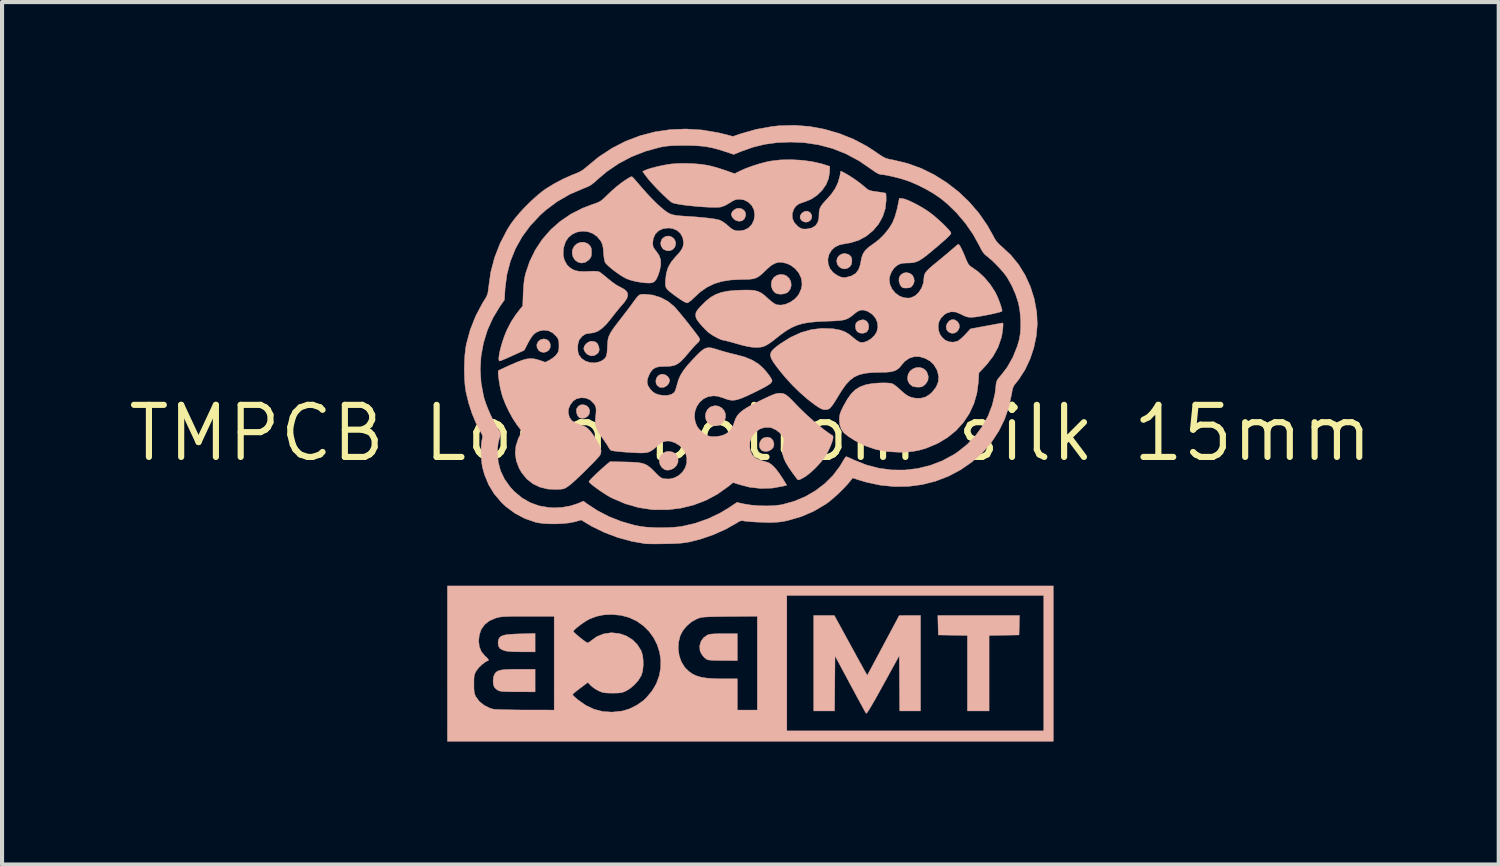
<source format=kicad_pcb>
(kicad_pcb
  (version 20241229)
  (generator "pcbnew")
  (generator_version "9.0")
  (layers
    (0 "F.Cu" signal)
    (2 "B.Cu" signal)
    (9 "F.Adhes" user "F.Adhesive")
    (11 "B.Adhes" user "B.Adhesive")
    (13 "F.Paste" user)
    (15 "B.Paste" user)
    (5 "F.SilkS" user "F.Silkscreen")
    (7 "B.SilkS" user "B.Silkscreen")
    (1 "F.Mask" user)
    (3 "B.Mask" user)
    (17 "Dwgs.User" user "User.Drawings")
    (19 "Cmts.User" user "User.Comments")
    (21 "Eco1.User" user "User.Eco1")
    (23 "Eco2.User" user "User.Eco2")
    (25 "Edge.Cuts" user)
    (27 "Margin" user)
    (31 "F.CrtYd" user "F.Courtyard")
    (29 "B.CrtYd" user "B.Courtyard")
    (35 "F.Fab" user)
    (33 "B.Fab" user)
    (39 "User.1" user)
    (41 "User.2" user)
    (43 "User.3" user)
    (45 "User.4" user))
  (footprint "TMPCB Logo bottom silk 15mm"
    (layer "F.Cu")
    (at 15.247 7.512)
    (property "Reference" "TMPCB Logo bottom silk 15mm" (at 0 0 0) (layer "F.SilkS") (effects (font (size 1.27 1.27) (thickness 0.15))))
    (attr through_hole)
    (fp_poly (pts (xy 6.557 4.683) (xy 6.551 4.921) (xy 6.186 4.927) (xy 5.821 4.933) (xy 5.821 6.773) (xy 5.292 6.773) (xy 5.292 4.933) (xy 4.937 4.927) (xy 4.583 4.921) (xy 4.571 4.445) (xy 6.563 4.445) (xy 6.557 4.683)) (stroke (width 0.01) (type solid)) (fill yes) (layer "B.SilkS"))
    (fp_poly (pts (xy -4.967 -2.284) (xy -4.911 -2.241) (xy -4.879 -2.174) (xy -4.879 -2.094) (xy -4.913 -2.027) (xy -4.971 -1.984) (xy -5.042 -1.968) (xy -5.113 -1.983) (xy -5.161 -2.017) (xy -5.202 -2.088) (xy -5.207 -2.163) (xy -5.176 -2.231) (xy -5.118 -2.278) (xy -5.039 -2.299) (xy -4.967 -2.284)) (stroke (width 0.01) (type solid)) (fill yes) (layer "B.SilkS"))
    (fp_poly (pts (xy 1.457 -5.379) (xy 1.46 -5.376) (xy 1.496 -5.316) (xy 1.497 -5.252) (xy 1.468 -5.195) (xy 1.414 -5.155) (xy 1.355 -5.144) (xy 1.293 -5.158) (xy 1.249 -5.186) (xy 1.212 -5.246) (xy 1.217 -5.308) (xy 1.258 -5.367) (xy 1.325 -5.409) (xy 1.394 -5.414) (xy 1.457 -5.379)) (stroke (width 0.01) (type solid)) (fill yes) (layer "B.SilkS"))
    (fp_poly (pts (xy 4.983 -2.764) (xy 5.049 -2.721) (xy 5.091 -2.656) (xy 5.098 -2.587) (xy 5.077 -2.524) (xy 5.034 -2.472) (xy 4.975 -2.44) (xy 4.906 -2.435) (xy 4.834 -2.465) (xy 4.833 -2.465) (xy 4.786 -2.522) (xy 4.773 -2.595) (xy 4.794 -2.667) (xy 4.848 -2.736) (xy 4.913 -2.769) (xy 4.983 -2.764)) (stroke (width 0.01) (type solid)) (fill yes) (layer "B.SilkS"))
    (fp_poly (pts (xy -4.002 -0.673) (xy -3.95 -0.629) (xy -3.919 -0.564) (xy -3.916 -0.529) (xy -3.934 -0.456) (xy -3.983 -0.399) (xy -4.05 -0.366) (xy -4.124 -0.363) (xy -4.174 -0.382) (xy -4.212 -0.425) (xy -4.237 -0.491) (xy -4.243 -0.562) (xy -4.235 -0.599) (xy -4.194 -0.659) (xy -4.134 -0.69) (xy -4.067 -0.694) (xy -4.002 -0.673)) (stroke (width 0.01) (type solid)) (fill yes) (layer "B.SilkS"))
    (fp_poly (pts (xy -2.073 -1.422) (xy -2.012 -1.379) (xy -1.975 -1.319) (xy -1.968 -1.283) (xy -1.988 -1.213) (xy -2.037 -1.157) (xy -2.104 -1.12) (xy -2.178 -1.112) (xy -2.216 -1.122) (xy -2.273 -1.164) (xy -2.302 -1.225) (xy -2.304 -1.293) (xy -2.281 -1.358) (xy -2.236 -1.409) (xy -2.172 -1.437) (xy -2.146 -1.439) (xy -2.073 -1.422)) (stroke (width 0.01) (type solid)) (fill yes) (layer "B.SilkS"))
    (fp_poly (pts (xy -1.924 -4.788) (xy -1.864 -4.743) (xy -1.827 -4.675) (xy -1.82 -4.625) (xy -1.838 -4.545) (xy -1.885 -4.485) (xy -1.951 -4.451) (xy -2.028 -4.446) (xy -2.104 -4.475) (xy -2.128 -4.493) (xy -2.175 -4.559) (xy -2.188 -4.637) (xy -2.165 -4.714) (xy -2.138 -4.751) (xy -2.071 -4.797) (xy -1.996 -4.808) (xy -1.924 -4.788)) (stroke (width 0.01) (type solid)) (fill yes) (layer "B.SilkS"))
    (fp_poly (pts (xy -3.782 -2.227) (xy -3.723 -2.177) (xy -3.692 -2.095) (xy -3.69 -2.081) (xy -3.686 -2.018) (xy -3.701 -1.975) (xy -3.732 -1.938) (xy -3.805 -1.892) (xy -3.886 -1.884) (xy -3.965 -1.915) (xy -4.002 -1.946) (xy -4.047 -2.006) (xy -4.064 -2.064) (xy -4.045 -2.129) (xy -3.996 -2.188) (xy -3.93 -2.23) (xy -3.867 -2.244) (xy -3.782 -2.227)) (stroke (width 0.01) (type solid)) (fill yes) (layer "B.SilkS"))
    (fp_poly (pts (xy -0.208 -5.469) (xy -0.152 -5.431) (xy -0.118 -5.373) (xy -0.115 -5.304) (xy -0.147 -5.224) (xy -0.204 -5.177) (xy -0.28 -5.167) (xy -0.352 -5.186) (xy -0.406 -5.224) (xy -0.448 -5.281) (xy -0.466 -5.339) (xy -0.466 -5.34) (xy -0.451 -5.38) (xy -0.417 -5.427) (xy -0.414 -5.43) (xy -0.348 -5.473) (xy -0.276 -5.484) (xy -0.208 -5.469)) (stroke (width 0.01) (type solid)) (fill yes) (layer "B.SilkS"))
    (fp_poly (pts (xy 0.499 0.12) (xy 0.551 0.177) (xy 0.575 0.262) (xy 0.576 0.277) (xy 0.559 0.345) (xy 0.512 0.399) (xy 0.445 0.435) (xy 0.37 0.447) (xy 0.297 0.432) (xy 0.27 0.415) (xy 0.23 0.361) (xy 0.218 0.291) (xy 0.233 0.218) (xy 0.271 0.154) (xy 0.33 0.112) (xy 0.335 0.11) (xy 0.425 0.097) (xy 0.499 0.12)) (stroke (width 0.01) (type solid)) (fill yes) (layer "B.SilkS"))
    (fp_poly (pts (xy 2.776 -2.761) (xy 2.835 -2.73) (xy 2.873 -2.673) (xy 2.887 -2.603) (xy 2.878 -2.533) (xy 2.842 -2.475) (xy 2.814 -2.455) (xy 2.743 -2.435) (xy 2.667 -2.442) (xy 2.606 -2.474) (xy 2.603 -2.477) (xy 2.571 -2.536) (xy 2.561 -2.612) (xy 2.574 -2.677) (xy 2.61 -2.72) (xy 2.672 -2.752) (xy 2.742 -2.765) (xy 2.776 -2.761)) (stroke (width 0.01) (type solid)) (fill yes) (layer "B.SilkS"))
    (fp_poly (pts (xy 2.385 -4.361) (xy 2.421 -4.338) (xy 2.459 -4.297) (xy 2.474 -4.245) (xy 2.476 -4.205) (xy 2.465 -4.12) (xy 2.428 -4.061) (xy 2.377 -4.025) (xy 2.304 -4.003) (xy 2.23 -4.018) (xy 2.199 -4.032) (xy 2.15 -4.074) (xy 2.118 -4.123) (xy 2.104 -4.204) (xy 2.123 -4.276) (xy 2.169 -4.333) (xy 2.233 -4.37) (xy 2.308 -4.381) (xy 2.385 -4.361)) (stroke (width 0.01) (type solid)) (fill yes) (layer "B.SilkS"))
    (fp_poly (pts (xy -0.779 -0.659) (xy -0.702 -0.618) (xy -0.643 -0.555) (xy -0.609 -0.475) (xy -0.606 -0.385) (xy -0.622 -0.331) (xy -0.676 -0.252) (xy -0.755 -0.2) (xy -0.848 -0.178) (xy -0.945 -0.191) (xy -0.967 -0.2) (xy -1.038 -0.252) (xy -1.082 -0.326) (xy -1.097 -0.411) (xy -1.085 -0.498) (xy -1.045 -0.576) (xy -0.978 -0.636) (xy -0.959 -0.646) (xy -0.867 -0.67) (xy -0.779 -0.659)) (stroke (width 0.01) (type solid)) (fill yes) (layer "B.SilkS"))
    (fp_poly (pts (xy 0.825 -3.86) (xy 0.884 -3.832) (xy 0.951 -3.769) (xy 0.988 -3.688) (xy 0.996 -3.599) (xy 0.973 -3.515) (xy 0.921 -3.445) (xy 0.889 -3.422) (xy 0.816 -3.396) (xy 0.731 -3.388) (xy 0.651 -3.4) (xy 0.6 -3.424) (xy 0.54 -3.495) (xy 0.511 -3.585) (xy 0.508 -3.639) (xy 0.527 -3.729) (xy 0.576 -3.801) (xy 0.648 -3.85) (xy 0.734 -3.871) (xy 0.825 -3.86)) (stroke (width 0.01) (type solid)) (fill yes) (layer "B.SilkS"))
    (fp_poly (pts (xy 3.888 -3.898) (xy 3.949 -3.852) (xy 3.986 -3.786) (xy 3.997 -3.71) (xy 3.977 -3.635) (xy 3.926 -3.568) (xy 3.918 -3.562) (xy 3.873 -3.545) (xy 3.807 -3.538) (xy 3.741 -3.541) (xy 3.709 -3.549) (xy 3.681 -3.574) (xy 3.651 -3.62) (xy 3.651 -3.62) (xy 3.622 -3.711) (xy 3.628 -3.794) (xy 3.666 -3.86) (xy 3.732 -3.903) (xy 3.807 -3.916) (xy 3.888 -3.898)) (stroke (width 0.01) (type solid)) (fill yes) (layer "B.SilkS"))
    (fp_poly (pts (xy -1.889 0.463) (xy -1.816 0.513) (xy -1.772 0.588) (xy -1.762 0.681) (xy -1.766 0.707) (xy -1.799 0.786) (xy -1.861 0.85) (xy -1.94 0.891) (xy -2.025 0.904) (xy -2.087 0.89) (xy -2.156 0.84) (xy -2.204 0.763) (xy -2.222 0.674) (xy -2.223 0.672) (xy -2.215 0.609) (xy -2.187 0.556) (xy -2.151 0.516) (xy -2.096 0.47) (xy -2.045 0.449) (xy -1.984 0.445) (xy -1.889 0.463)) (stroke (width 0.01) (type solid)) (fill yes) (layer "B.SilkS"))
    (fp_poly (pts (xy -5.249 5.334) (xy -5.583 5.333) (xy -5.753 5.33) (xy -5.881 5.323) (xy -5.967 5.311) (xy -5.996 5.304) (xy -6.055 5.279) (xy -6.101 5.254) (xy -6.106 5.25) (xy -6.137 5.201) (xy -6.152 5.131) (xy -6.148 5.058) (xy -6.141 5.033) (xy -6.119 4.991) (xy -6.086 4.959) (xy -6.036 4.935) (xy -5.965 4.918) (xy -5.866 4.906) (xy -5.734 4.898) (xy -5.614 4.894) (xy -5.249 4.884) (xy -5.249 5.334)) (stroke (width 0.01) (type solid)) (fill yes) (layer "B.SilkS"))
    (fp_poly (pts (xy -3.976 -4.627) (xy -3.935 -4.595) (xy -3.899 -4.552) (xy -3.88 -4.508) (xy -3.874 -4.446) (xy -3.873 -4.413) (xy -3.876 -4.34) (xy -3.889 -4.291) (xy -3.919 -4.249) (xy -3.945 -4.221) (xy -4.027 -4.164) (xy -4.117 -4.148) (xy -4.202 -4.169) (xy -4.274 -4.22) (xy -4.324 -4.297) (xy -4.346 -4.39) (xy -4.337 -4.475) (xy -4.295 -4.559) (xy -4.228 -4.62) (xy -4.146 -4.653) (xy -4.059 -4.656) (xy -3.976 -4.627)) (stroke (width 0.01) (type solid)) (fill yes) (layer "B.SilkS"))
    (fp_poly (pts (xy -0.318 5.546) (xy -0.661 5.544) (xy -0.781 5.543) (xy -0.888 5.54) (xy -0.974 5.535) (xy -1.031 5.529) (xy -1.048 5.525) (xy -1.114 5.48) (xy -1.175 5.41) (xy -1.219 5.33) (xy -1.229 5.299) (xy -1.235 5.184) (xy -1.204 5.077) (xy -1.14 4.987) (xy -1.05 4.924) (xy -1.012 4.91) (xy -0.959 4.9) (xy -0.886 4.894) (xy -0.785 4.89) (xy -0.649 4.889) (xy -0.318 4.889) (xy -0.318 5.546)) (stroke (width 0.01) (type solid)) (fill yes) (layer "B.SilkS"))
    (fp_poly (pts (xy 4.208 -1.58) (xy 4.276 -1.528) (xy 4.307 -1.482) (xy 4.339 -1.383) (xy 4.33 -1.29) (xy 4.279 -1.206) (xy 4.267 -1.194) (xy 4.215 -1.148) (xy 4.166 -1.127) (xy 4.098 -1.122) (xy 4.093 -1.122) (xy 4.022 -1.128) (xy 3.964 -1.14) (xy 3.948 -1.146) (xy 3.875 -1.208) (xy 3.837 -1.293) (xy 3.832 -1.35) (xy 3.849 -1.441) (xy 3.895 -1.514) (xy 3.963 -1.567) (xy 4.043 -1.598) (xy 4.128 -1.603) (xy 4.208 -1.58)) (stroke (width 0.01) (type solid)) (fill yes) (layer "B.SilkS"))
    (fp_poly (pts (xy -5.249 6.308) (xy -5.667 6.307) (xy -5.821 6.306) (xy -5.937 6.304) (xy -6.024 6.3) (xy -6.085 6.293) (xy -6.128 6.283) (xy -6.151 6.274) (xy -6.206 6.235) (xy -6.247 6.187) (xy -6.269 6.113) (xy -6.273 6.022) (xy -6.26 5.934) (xy -6.236 5.874) (xy -6.207 5.837) (xy -6.171 5.808) (xy -6.122 5.787) (xy -6.055 5.773) (xy -5.965 5.764) (xy -5.844 5.759) (xy -5.688 5.757) (xy -5.652 5.757) (xy -5.249 5.757) (xy -5.249 6.308)) (stroke (width 0.01) (type solid)) (fill yes) (layer "B.SilkS"))
    (fp_poly (pts (xy 2.414 5.117) (xy 2.5 5.274) (xy 2.58 5.421) (xy 2.653 5.554) (xy 2.716 5.668) (xy 2.766 5.758) (xy 2.8 5.82) (xy 2.816 5.848) (xy 2.851 5.906) (xy 3.241 5.176) (xy 3.63 4.447) (xy 3.889 4.446) (xy 4.149 4.445) (xy 4.149 6.773) (xy 3.641 6.773) (xy 3.636 6.099) (xy 3.63 5.425) (xy 3.236 6.142) (xy 3.127 6.339) (xy 3.037 6.501) (xy 2.963 6.628) (xy 2.906 6.723) (xy 2.865 6.788) (xy 2.837 6.824) (xy 2.823 6.833) (xy 2.821 6.832) (xy 2.807 6.808) (xy 2.775 6.75) (xy 2.728 6.664) (xy 2.668 6.554) (xy 2.597 6.424) (xy 2.519 6.278) (xy 2.434 6.121) (xy 2.432 6.117) (xy 2.064 5.429) (xy 2.053 6.773) (xy 1.545 6.773) (xy 1.545 4.445) (xy 2.046 4.445) (xy 2.414 5.117)) (stroke (width 0.01) (type solid)) (fill yes) (layer "B.SilkS"))
    (fp_poly (pts (xy 7.387 7.514) (xy -7.387 7.514) (xy -7.387 6.116) (xy -6.741 6.116) (xy -6.74 6.223) (xy -6.735 6.299) (xy -6.724 6.356) (xy -6.707 6.402) (xy -6.696 6.424) (xy -6.609 6.542) (xy -6.491 6.637) (xy -6.348 6.707) (xy -6.271 6.729) (xy -6.231 6.734) (xy -6.154 6.738) (xy -6.046 6.742) (xy -5.913 6.745) (xy -5.761 6.748) (xy -5.594 6.75) (xy -5.487 6.75) (xy -4.784 6.752) (xy -4.784 6.375) (xy -4.339 6.375) (xy -4.324 6.395) (xy -4.284 6.434) (xy -4.226 6.485) (xy -4.21 6.498) (xy -4.016 6.636) (xy -3.812 6.732) (xy -3.598 6.788) (xy -3.372 6.802) (xy -3.135 6.777) (xy -3.101 6.77) (xy -2.936 6.718) (xy -2.77 6.634) (xy -2.616 6.526) (xy -2.54 6.456) (xy -2.397 6.286) (xy -2.291 6.105) (xy -2.222 5.915) (xy -2.187 5.721) (xy -2.185 5.528) (xy -2.214 5.338) (xy -2.238 5.264) (xy -1.759 5.264) (xy -1.735 5.428) (xy -1.682 5.579) (xy -1.6 5.709) (xy -1.581 5.731) (xy -1.5 5.809) (xy -1.413 5.871) (xy -1.316 5.917) (xy -1.201 5.951) (xy -1.064 5.973) (xy -0.896 5.985) (xy -0.694 5.99) (xy -0.672 5.99) (xy -0.318 5.99) (xy -0.318 6.752) (xy 0.169 6.752) (xy 0.169 4.464) (xy -0.503 4.47) (xy -0.69 4.472) (xy -0.839 4.474) (xy -0.957 4.477) (xy -1.048 4.48) (xy -1.118 4.484) (xy -1.171 4.49) (xy -1.213 4.498) (xy -1.249 4.508) (xy -1.284 4.521) (xy -1.302 4.528) (xy -1.43 4.598) (xy -1.548 4.697) (xy -1.645 4.814) (xy -1.711 4.938) (xy -1.751 5.098) (xy -1.759 5.264) (xy -2.238 5.264) (xy -2.273 5.156) (xy -2.36 4.985) (xy -2.473 4.83) (xy -2.612 4.694) (xy -2.773 4.581) (xy -2.956 4.495) (xy -3.159 4.441) (xy -3.38 4.421) (xy -3.387 4.421) (xy -3.583 4.432) (xy -3.756 4.468) (xy -3.919 4.531) (xy -3.943 4.543) (xy -4.011 4.582) (xy -4.088 4.633) (xy -4.165 4.689) (xy -4.234 4.744) (xy -4.287 4.791) (xy -4.315 4.825) (xy -4.318 4.833) (xy -4.302 4.855) (xy -4.261 4.894) (xy -4.203 4.944) (xy -4.136 4.999) (xy -4.069 5.051) (xy -4.01 5.093) (xy -3.985 5.109) (xy -3.949 5.109) (xy -3.898 5.074) (xy -3.887 5.065) (xy -3.747 4.963) (xy -3.586 4.897) (xy -3.408 4.869) (xy -3.365 4.868) (xy -3.188 4.888) (xy -3.024 4.945) (xy -2.878 5.035) (xy -2.757 5.155) (xy -2.665 5.301) (xy -2.661 5.309) (xy -2.63 5.41) (xy -2.614 5.534) (xy -2.613 5.667) (xy -2.626 5.793) (xy -2.655 5.898) (xy -2.66 5.91) (xy -2.731 6.026) (xy -2.83 6.138) (xy -2.943 6.232) (xy -3.024 6.281) (xy -3.083 6.308) (xy -3.136 6.325) (xy -3.195 6.334) (xy -3.273 6.338) (xy -3.365 6.339) (xy -3.471 6.337) (xy -3.547 6.332) (xy -3.605 6.321) (xy -3.659 6.302) (xy -3.705 6.281) (xy -3.783 6.237) (xy -3.857 6.183) (xy -3.892 6.151) (xy -3.963 6.078) (xy -4.151 6.219) (xy -4.227 6.277) (xy -4.288 6.326) (xy -4.327 6.361) (xy -4.339 6.375) (xy -4.784 6.375) (xy -4.784 4.466) (xy -5.427 4.466) (xy -5.612 4.466) (xy -5.76 4.467) (xy -5.877 4.469) (xy -5.968 4.472) (xy -6.038 4.476) (xy -6.094 4.482) (xy -6.141 4.491) (xy -6.184 4.502) (xy -6.213 4.51) (xy -6.362 4.575) (xy -6.479 4.667) (xy -6.563 4.784) (xy -6.611 4.925) (xy -6.625 5.068) (xy -6.609 5.208) (xy -6.56 5.327) (xy -6.474 5.431) (xy -6.453 5.449) (xy -6.403 5.498) (xy -6.383 5.53) (xy -6.388 5.54) (xy -6.463 5.58) (xy -6.546 5.643) (xy -6.623 5.717) (xy -6.677 5.788) (xy -6.706 5.837) (xy -6.725 5.88) (xy -6.735 5.928) (xy -6.74 5.993) (xy -6.741 6.086) (xy -6.741 6.116) (xy -7.387 6.116) (xy -7.387 3.958) (xy 0.889 3.958) (xy 0.889 7.26) (xy 7.154 7.26) (xy 7.154 3.958) (xy 0.889 3.958) (xy -7.387 3.958) (xy -7.387 3.725) (xy 7.387 3.725) (xy 7.387 7.514)) (stroke (width 0.01) (type solid)) (fill yes) (layer "B.SilkS"))
    (fp_poly (pts (xy 1.447 -7.478) (xy 1.813 -7.41) (xy 2.171 -7.306) (xy 2.516 -7.168) (xy 2.841 -6.996) (xy 3.026 -6.876) (xy 3.127 -6.806) (xy 3.202 -6.757) (xy 3.261 -6.723) (xy 3.315 -6.699) (xy 3.373 -6.683) (xy 3.445 -6.668) (xy 3.503 -6.657) (xy 3.84 -6.575) (xy 4.17 -6.455) (xy 4.489 -6.297) (xy 4.792 -6.106) (xy 5.077 -5.885) (xy 5.338 -5.636) (xy 5.573 -5.362) (xy 5.778 -5.066) (xy 5.908 -4.834) (xy 5.961 -4.736) (xy 6.011 -4.663) (xy 6.068 -4.602) (xy 6.135 -4.544) (xy 6.352 -4.342) (xy 6.541 -4.11) (xy 6.7 -3.853) (xy 6.828 -3.573) (xy 6.922 -3.274) (xy 6.98 -2.962) (xy 6.984 -2.928) (xy 6.996 -2.65) (xy 6.971 -2.366) (xy 6.912 -2.084) (xy 6.821 -1.81) (xy 6.7 -1.552) (xy 6.551 -1.319) (xy 6.478 -1.226) (xy 6.434 -1.17) (xy 6.406 -1.117) (xy 6.387 -1.053) (xy 6.372 -0.962) (xy 6.305 -0.646) (xy 6.2 -0.341) (xy 6.058 -0.053) (xy 5.883 0.215) (xy 5.676 0.457) (xy 5.655 0.478) (xy 5.399 0.705) (xy 5.121 0.897) (xy 4.825 1.053) (xy 4.513 1.172) (xy 4.189 1.254) (xy 3.855 1.298) (xy 3.514 1.303) (xy 3.17 1.269) (xy 2.824 1.195) (xy 2.673 1.15) (xy 2.493 1.092) (xy 2.428 1.176) (xy 2.349 1.268) (xy 2.248 1.375) (xy 2.134 1.485) (xy 2.018 1.589) (xy 1.911 1.678) (xy 1.841 1.729) (xy 1.548 1.902) (xy 1.24 2.035) (xy 0.916 2.129) (xy 0.815 2.15) (xy 0.725 2.164) (xy 0.634 2.173) (xy 0.532 2.177) (xy 0.407 2.177) (xy 0.275 2.173) (xy 0.152 2.168) (xy 0.037 2.161) (xy -0.059 2.154) (xy -0.127 2.146) (xy -0.151 2.142) (xy -0.197 2.134) (xy -0.238 2.139) (xy -0.288 2.162) (xy -0.341 2.195) (xy -0.6 2.341) (xy -0.887 2.47) (xy -1.193 2.577) (xy -1.464 2.648) (xy -1.554 2.665) (xy -1.649 2.678) (xy -1.758 2.688) (xy -1.89 2.694) (xy -2.054 2.698) (xy -2.074 2.698) (xy -2.207 2.7) (xy -2.331 2.701) (xy -2.436 2.7) (xy -2.515 2.699) (xy -2.56 2.696) (xy -2.561 2.696) (xy -2.9 2.636) (xy -3.238 2.543) (xy -3.563 2.42) (xy -3.866 2.272) (xy -3.961 2.216) (xy -4.123 2.117) (xy -4.289 2.163) (xy -4.415 2.188) (xy -4.567 2.204) (xy -4.733 2.212) (xy -4.901 2.211) (xy -5.059 2.202) (xy -5.192 2.183) (xy -5.239 2.172) (xy -5.501 2.081) (xy -5.742 1.953) (xy -5.962 1.79) (xy -6.077 1.68) (xy -6.249 1.476) (xy -6.382 1.257) (xy -6.481 1.018) (xy -6.53 0.844) (xy -6.548 0.738) (xy -6.56 0.611) (xy -6.566 0.476) (xy -6.565 0.346) (xy -6.557 0.234) (xy -6.543 0.155) (xy -6.531 0.103) (xy -6.532 0.062) (xy -6.55 0.017) (xy -6.585 -0.046) (xy -6.692 -0.251) (xy -6.789 -0.486) (xy -6.871 -0.74) (xy -6.934 -1) (xy -6.935 -1.006) (xy -6.957 -1.154) (xy -6.97 -1.33) (xy -6.975 -1.524) (xy -6.975 -1.553) (xy -6.586 -1.553) (xy -6.566 -1.227) (xy -6.506 -0.906) (xy -6.485 -0.828) (xy -6.447 -0.716) (xy -6.395 -0.583) (xy -6.333 -0.442) (xy -6.267 -0.305) (xy -6.202 -0.183) (xy -6.145 -0.089) (xy -6.144 -0.088) (xy -6.081 0.005) (xy -6.123 0.135) (xy -6.151 0.249) (xy -6.165 0.383) (xy -6.167 0.466) (xy -6.149 0.698) (xy -6.092 0.916) (xy -5.995 1.12) (xy -5.858 1.312) (xy -5.758 1.421) (xy -5.573 1.576) (xy -5.371 1.693) (xy -5.152 1.772) (xy -4.914 1.813) (xy -4.767 1.82) (xy -4.577 1.808) (xy -4.386 1.773) (xy -4.213 1.718) (xy -4.179 1.704) (xy -4.071 1.657) (xy -3.988 1.719) (xy -3.733 1.887) (xy -3.449 2.034) (xy -3.147 2.153) (xy -2.837 2.242) (xy -2.667 2.276) (xy -2.54 2.291) (xy -2.384 2.301) (xy -2.211 2.305) (xy -2.035 2.303) (xy -1.869 2.295) (xy -1.725 2.281) (xy -1.671 2.273) (xy -1.352 2.2) (xy -1.037 2.09) (xy -0.737 1.948) (xy -0.506 1.808) (xy -0.328 1.688) (xy -0.159 1.725) (xy 0.011 1.753) (xy 0.201 1.769) (xy 0.397 1.774) (xy 0.584 1.767) (xy 0.748 1.747) (xy 0.783 1.74) (xy 1.068 1.661) (xy 1.338 1.548) (xy 1.588 1.403) (xy 1.815 1.23) (xy 2.015 1.031) (xy 2.182 0.81) (xy 2.249 0.698) (xy 2.286 0.635) (xy 2.317 0.589) (xy 2.335 0.572) (xy 2.335 0.572) (xy 2.36 0.58) (xy 2.415 0.603) (xy 2.487 0.636) (xy 2.525 0.654) (xy 2.826 0.774) (xy 3.136 0.855) (xy 3.45 0.897) (xy 3.766 0.899) (xy 4.078 0.862) (xy 4.384 0.787) (xy 4.68 0.674) (xy 4.961 0.522) (xy 5.052 0.462) (xy 5.282 0.279) (xy 5.485 0.068) (xy 5.657 -0.166) (xy 5.796 -0.419) (xy 5.899 -0.687) (xy 5.965 -0.966) (xy 5.983 -1.115) (xy 5.991 -1.2) (xy 6.003 -1.258) (xy 6.025 -1.304) (xy 6.061 -1.352) (xy 6.092 -1.386) (xy 6.261 -1.604) (xy 6.401 -1.851) (xy 6.509 -2.12) (xy 6.556 -2.281) (xy 6.581 -2.428) (xy 6.592 -2.601) (xy 6.589 -2.786) (xy 6.573 -2.97) (xy 6.544 -3.139) (xy 6.534 -3.181) (xy 6.468 -3.383) (xy 6.378 -3.589) (xy 6.273 -3.777) (xy 6.242 -3.825) (xy 6.178 -3.909) (xy 6.091 -4.009) (xy 5.993 -4.112) (xy 5.894 -4.209) (xy 5.804 -4.287) (xy 5.773 -4.311) (xy 5.72 -4.355) (xy 5.676 -4.405) (xy 5.634 -4.473) (xy 5.585 -4.568) (xy 5.579 -4.581) (xy 5.429 -4.851) (xy 5.246 -5.115) (xy 5.036 -5.364) (xy 4.808 -5.587) (xy 4.638 -5.726) (xy 4.477 -5.836) (xy 4.289 -5.946) (xy 4.091 -6.046) (xy 3.9 -6.13) (xy 3.83 -6.155) (xy 3.725 -6.189) (xy 3.606 -6.223) (xy 3.482 -6.254) (xy 3.365 -6.28) (xy 3.264 -6.299) (xy 3.191 -6.307) (xy 3.179 -6.308) (xy 3.124 -6.323) (xy 3.042 -6.37) (xy 2.956 -6.431) (xy 2.647 -6.642) (xy 2.33 -6.812) (xy 2.004 -6.941) (xy 1.666 -7.031) (xy 1.313 -7.083) (xy 0.984 -7.098) (xy 0.659 -7.085) (xy 0.356 -7.044) (xy 0.065 -6.973) (xy -0.225 -6.87) (xy -0.25 -6.86) (xy -0.404 -6.796) (xy -0.594 -6.859) (xy -0.767 -6.915) (xy -0.921 -6.955) (xy -1.068 -6.984) (xy -1.219 -7.002) (xy -1.387 -7.012) (xy -1.585 -7.015) (xy -1.598 -7.015) (xy -1.753 -7.014) (xy -1.876 -7.011) (xy -1.977 -7.005) (xy -2.064 -6.996) (xy -2.148 -6.982) (xy -2.216 -6.968) (xy -2.561 -6.873) (xy -2.893 -6.742) (xy -3.206 -6.578) (xy -3.495 -6.382) (xy -3.725 -6.188) (xy -3.807 -6.113) (xy -3.875 -6.06) (xy -3.941 -6.021) (xy -4.02 -5.987) (xy -4.07 -5.968) (xy -4.399 -5.827) (xy -4.707 -5.65) (xy -4.992 -5.437) (xy -5.128 -5.314) (xy -5.366 -5.061) (xy -5.566 -4.789) (xy -5.728 -4.499) (xy -5.851 -4.193) (xy -5.936 -3.871) (xy -5.98 -3.535) (xy -5.983 -3.493) (xy -5.997 -3.249) (xy -6.108 -3.09) (xy -6.278 -2.809) (xy -6.412 -2.511) (xy -6.508 -2.199) (xy -6.567 -1.878) (xy -6.586 -1.553) (xy -6.975 -1.553) (xy -6.972 -1.722) (xy -6.961 -1.911) (xy -6.942 -2.08) (xy -6.925 -2.174) (xy -6.83 -2.522) (xy -6.698 -2.856) (xy -6.532 -3.17) (xy -6.488 -3.24) (xy -6.442 -3.314) (xy -6.414 -3.376) (xy -6.397 -3.44) (xy -6.386 -3.525) (xy -6.383 -3.557) (xy -6.331 -3.925) (xy -6.237 -4.282) (xy -6.103 -4.627) (xy -5.93 -4.959) (xy -5.84 -5.103) (xy -5.747 -5.228) (xy -5.629 -5.368) (xy -5.494 -5.514) (xy -5.351 -5.656) (xy -5.207 -5.786) (xy -5.074 -5.896) (xy -4.993 -5.954) (xy -4.784 -6.082) (xy -4.567 -6.197) (xy -4.357 -6.291) (xy -4.282 -6.32) (xy -4.164 -6.37) (xy -4.067 -6.43) (xy -3.996 -6.49) (xy -3.695 -6.737) (xy -3.376 -6.947) (xy -3.041 -7.119) (xy -2.69 -7.252) (xy -2.327 -7.347) (xy -1.954 -7.402) (xy -1.571 -7.417) (xy -1.182 -7.393) (xy -0.788 -7.327) (xy -0.588 -7.279) (xy -0.425 -7.235) (xy -0.23 -7.302) (xy 0.14 -7.408) (xy 0.53 -7.478) (xy 0.714 -7.497) (xy 1.078 -7.507) (xy 1.447 -7.478)) (stroke (width 0.01) (type solid)) (fill yes) (layer "B.SilkS"))
    (fp_poly (pts (xy 1.245 -6.656) (xy 1.496 -6.623) (xy 1.727 -6.572) (xy 1.781 -6.555) (xy 1.937 -6.506) (xy 1.933 -6.374) (xy 1.908 -6.214) (xy 1.846 -6.062) (xy 1.75 -5.922) (xy 1.627 -5.801) (xy 1.48 -5.704) (xy 1.315 -5.637) (xy 1.293 -5.631) (xy 1.19 -5.594) (xy 1.118 -5.544) (xy 1.064 -5.472) (xy 1.055 -5.454) (xy 1.02 -5.345) (xy 1.026 -5.236) (xy 1.071 -5.135) (xy 1.154 -5.045) (xy 1.187 -5.02) (xy 1.241 -4.99) (xy 1.296 -4.977) (xy 1.373 -4.978) (xy 1.377 -4.979) (xy 1.496 -5.003) (xy 1.586 -5.057) (xy 1.644 -5.14) (xy 1.671 -5.249) (xy 1.672 -5.287) (xy 1.675 -5.384) (xy 1.688 -5.46) (xy 1.716 -5.525) (xy 1.764 -5.593) (xy 1.838 -5.675) (xy 1.85 -5.687) (xy 1.978 -5.833) (xy 2.073 -5.973) (xy 2.139 -6.115) (xy 2.182 -6.269) (xy 2.19 -6.313) (xy 2.203 -6.392) (xy 2.292 -6.347) (xy 2.394 -6.289) (xy 2.512 -6.213) (xy 2.632 -6.128) (xy 2.739 -6.045) (xy 2.783 -6.007) (xy 2.835 -5.962) (xy 2.878 -5.933) (xy 2.925 -5.914) (xy 2.987 -5.901) (xy 3.079 -5.888) (xy 3.09 -5.886) (xy 3.177 -5.874) (xy 3.248 -5.863) (xy 3.292 -5.853) (xy 3.301 -5.85) (xy 3.307 -5.824) (xy 3.31 -5.768) (xy 3.311 -5.692) (xy 3.311 -5.676) (xy 3.289 -5.473) (xy 3.226 -5.279) (xy 3.125 -5.098) (xy 2.993 -4.941) (xy 2.827 -4.804) (xy 2.643 -4.704) (xy 2.439 -4.641) (xy 2.323 -4.623) (xy 2.175 -4.592) (xy 2.059 -4.536) (xy 1.984 -4.468) (xy 1.918 -4.36) (xy 1.89 -4.244) (xy 1.897 -4.127) (xy 1.939 -4.016) (xy 2.014 -3.92) (xy 2.119 -3.845) (xy 2.128 -3.841) (xy 2.205 -3.807) (xy 2.265 -3.794) (xy 2.326 -3.797) (xy 2.333 -3.798) (xy 2.466 -3.834) (xy 2.567 -3.895) (xy 2.637 -3.985) (xy 2.68 -4.106) (xy 2.69 -4.159) (xy 2.712 -4.278) (xy 2.747 -4.374) (xy 2.801 -4.454) (xy 2.879 -4.53) (xy 2.989 -4.609) (xy 3.01 -4.623) (xy 3.141 -4.725) (xy 3.27 -4.854) (xy 3.382 -4.995) (xy 3.464 -5.128) (xy 3.523 -5.271) (xy 3.572 -5.441) (xy 3.586 -5.503) (xy 3.632 -5.726) (xy 3.704 -5.722) (xy 3.765 -5.708) (xy 3.853 -5.675) (xy 3.959 -5.626) (xy 4.075 -5.566) (xy 4.194 -5.499) (xy 4.306 -5.428) (xy 4.385 -5.373) (xy 4.468 -5.308) (xy 4.56 -5.229) (xy 4.653 -5.145) (xy 4.74 -5.061) (xy 4.814 -4.984) (xy 4.867 -4.923) (xy 4.889 -4.891) (xy 4.892 -4.875) (xy 4.883 -4.853) (xy 4.859 -4.823) (xy 4.816 -4.78) (xy 4.752 -4.72) (xy 4.662 -4.641) (xy 4.543 -4.538) (xy 4.534 -4.532) (xy 4.399 -4.417) (xy 4.289 -4.328) (xy 4.199 -4.261) (xy 4.123 -4.213) (xy 4.054 -4.181) (xy 3.988 -4.161) (xy 3.918 -4.152) (xy 3.838 -4.149) (xy 3.813 -4.149) (xy 3.72 -4.144) (xy 3.649 -4.127) (xy 3.586 -4.096) (xy 3.506 -4.027) (xy 3.44 -3.932) (xy 3.398 -3.823) (xy 3.387 -3.737) (xy 3.407 -3.617) (xy 3.459 -3.507) (xy 3.537 -3.415) (xy 3.635 -3.344) (xy 3.745 -3.302) (xy 3.86 -3.293) (xy 3.92 -3.303) (xy 4.02 -3.351) (xy 4.106 -3.432) (xy 4.174 -3.538) (xy 4.219 -3.661) (xy 4.233 -3.787) (xy 4.239 -3.843) (xy 4.259 -3.895) (xy 4.299 -3.951) (xy 4.362 -4.015) (xy 4.453 -4.094) (xy 4.498 -4.13) (xy 4.665 -4.267) (xy 4.84 -4.414) (xy 5.005 -4.556) (xy 5.031 -4.579) (xy 5.062 -4.603) (xy 5.083 -4.602) (xy 5.106 -4.572) (xy 5.121 -4.548) (xy 5.148 -4.496) (xy 5.184 -4.419) (xy 5.223 -4.328) (xy 5.24 -4.286) (xy 5.279 -4.193) (xy 5.311 -4.13) (xy 5.342 -4.089) (xy 5.378 -4.06) (xy 5.394 -4.05) (xy 5.552 -3.939) (xy 5.706 -3.796) (xy 5.846 -3.63) (xy 5.964 -3.45) (xy 5.975 -3.429) (xy 6.013 -3.352) (xy 6.052 -3.26) (xy 6.088 -3.164) (xy 6.117 -3.075) (xy 6.135 -3.006) (xy 6.138 -2.977) (xy 6.118 -2.964) (xy 6.061 -2.946) (xy 5.971 -2.924) (xy 5.853 -2.898) (xy 5.77 -2.881) (xy 5.619 -2.853) (xy 5.502 -2.834) (xy 5.41 -2.825) (xy 5.337 -2.826) (xy 5.274 -2.838) (xy 5.214 -2.86) (xy 5.148 -2.893) (xy 5.129 -2.904) (xy 5.008 -2.953) (xy 4.893 -2.96) (xy 4.784 -2.925) (xy 4.729 -2.889) (xy 4.646 -2.805) (xy 4.597 -2.709) (xy 4.579 -2.608) (xy 4.588 -2.507) (xy 4.622 -2.412) (xy 4.678 -2.331) (xy 4.752 -2.267) (xy 4.843 -2.228) (xy 4.947 -2.219) (xy 5.048 -2.242) (xy 5.091 -2.268) (xy 5.151 -2.318) (xy 5.217 -2.381) (xy 5.239 -2.404) (xy 5.367 -2.543) (xy 5.757 -2.616) (xy 5.88 -2.638) (xy 5.987 -2.658) (xy 6.073 -2.674) (xy 6.131 -2.684) (xy 6.153 -2.688) (xy 6.153 -2.688) (xy 6.161 -2.669) (xy 6.161 -2.618) (xy 6.156 -2.547) (xy 6.145 -2.463) (xy 6.131 -2.379) (xy 6.117 -2.319) (xy 6.039 -2.094) (xy 5.92 -1.878) (xy 5.766 -1.677) (xy 5.734 -1.642) (xy 5.573 -1.471) (xy 5.56 -1.249) (xy 5.524 -0.976) (xy 5.45 -0.718) (xy 5.339 -0.479) (xy 5.194 -0.26) (xy 5.017 -0.065) (xy 4.809 0.105) (xy 4.573 0.247) (xy 4.309 0.359) (xy 4.255 0.377) (xy 4.106 0.419) (xy 3.963 0.446) (xy 3.808 0.461) (xy 3.628 0.465) (xy 3.621 0.465) (xy 3.333 0.449) (xy 3.066 0.399) (xy 2.811 0.313) (xy 2.562 0.189) (xy 2.385 0.077) (xy 2.282 -0.007) (xy 2.216 -0.096) (xy 2.181 -0.201) (xy 2.17 -0.32) (xy 2.172 -0.388) (xy 2.18 -0.445) (xy 2.197 -0.503) (xy 2.228 -0.575) (xy 2.272 -0.664) (xy 2.366 -0.831) (xy 2.46 -0.961) (xy 2.56 -1.059) (xy 2.673 -1.129) (xy 2.803 -1.177) (xy 2.894 -1.197) (xy 3.01 -1.213) (xy 3.133 -1.223) (xy 3.253 -1.226) (xy 3.358 -1.223) (xy 3.438 -1.213) (xy 3.464 -1.205) (xy 3.507 -1.18) (xy 3.568 -1.134) (xy 3.636 -1.075) (xy 3.651 -1.06) (xy 3.75 -0.972) (xy 3.835 -0.912) (xy 3.917 -0.875) (xy 4.006 -0.856) (xy 4.029 -0.853) (xy 4.164 -0.853) (xy 4.279 -0.885) (xy 4.384 -0.954) (xy 4.435 -1.002) (xy 4.529 -1.123) (xy 4.581 -1.249) (xy 4.592 -1.38) (xy 4.56 -1.515) (xy 4.543 -1.556) (xy 4.473 -1.671) (xy 4.381 -1.758) (xy 4.265 -1.823) (xy 4.127 -1.865) (xy 3.994 -1.865) (xy 3.871 -1.826) (xy 3.76 -1.747) (xy 3.694 -1.67) (xy 3.638 -1.601) (xy 3.578 -1.55) (xy 3.506 -1.516) (xy 3.415 -1.495) (xy 3.298 -1.484) (xy 3.159 -1.482) (xy 2.958 -1.477) (xy 2.791 -1.459) (xy 2.652 -1.424) (xy 2.533 -1.37) (xy 2.428 -1.29) (xy 2.328 -1.183) (xy 2.229 -1.043) (xy 2.155 -0.924) (xy 2.08 -0.801) (xy 2.022 -0.71) (xy 1.975 -0.647) (xy 1.935 -0.606) (xy 1.898 -0.583) (xy 1.859 -0.573) (xy 1.824 -0.572) (xy 1.779 -0.576) (xy 1.73 -0.593) (xy 1.67 -0.626) (xy 1.589 -0.68) (xy 1.555 -0.704) (xy 1.387 -0.834) (xy 1.208 -0.992) (xy 1.029 -1.167) (xy 0.86 -1.35) (xy 0.744 -1.489) (xy 0.64 -1.622) (xy 0.562 -1.73) (xy 0.512 -1.816) (xy 0.489 -1.887) (xy 0.493 -1.948) (xy 0.524 -2.006) (xy 0.581 -2.065) (xy 0.665 -2.132) (xy 0.725 -2.176) (xy 0.976 -2.334) (xy 1.229 -2.451) (xy 1.486 -2.525) (xy 1.745 -2.556) (xy 2.007 -2.546) (xy 2.04 -2.542) (xy 2.183 -2.515) (xy 2.3 -2.474) (xy 2.403 -2.414) (xy 2.503 -2.333) (xy 2.57 -2.278) (xy 2.634 -2.236) (xy 2.682 -2.213) (xy 2.684 -2.213) (xy 2.765 -2.214) (xy 2.855 -2.247) (xy 2.944 -2.303) (xy 3.022 -2.377) (xy 3.078 -2.461) (xy 3.082 -2.471) (xy 3.109 -2.583) (xy 3.098 -2.697) (xy 3.053 -2.803) (xy 2.976 -2.895) (xy 2.872 -2.964) (xy 2.853 -2.973) (xy 2.762 -3.001) (xy 2.685 -3) (xy 2.61 -2.966) (xy 2.548 -2.92) (xy 2.48 -2.864) (xy 2.421 -2.821) (xy 2.365 -2.79) (xy 2.304 -2.767) (xy 2.231 -2.752) (xy 2.139 -2.742) (xy 2.019 -2.735) (xy 1.866 -2.73) (xy 1.841 -2.729) (xy 1.624 -2.718) (xy 1.441 -2.701) (xy 1.284 -2.674) (xy 1.145 -2.634) (xy 1.016 -2.579) (xy 0.889 -2.507) (xy 0.757 -2.414) (xy 0.659 -2.338) (xy 0.545 -2.248) (xy 0.453 -2.182) (xy 0.378 -2.137) (xy 0.31 -2.109) (xy 0.242 -2.095) (xy 0.166 -2.09) (xy 0.127 -2.09) (xy 0.032 -2.097) (xy -0.075 -2.115) (xy -0.204 -2.145) (xy -0.325 -2.179) (xy -0.433 -2.21) (xy -0.528 -2.236) (xy -0.601 -2.254) (xy -0.646 -2.264) (xy -0.653 -2.265) (xy -0.703 -2.276) (xy -0.775 -2.307) (xy -0.858 -2.35) (xy -0.941 -2.399) (xy -1.013 -2.45) (xy -1.034 -2.467) (xy -1.096 -2.526) (xy -1.168 -2.601) (xy -1.23 -2.672) (xy -1.286 -2.743) (xy -1.318 -2.797) (xy -1.332 -2.845) (xy -1.333 -2.879) (xy -1.33 -2.924) (xy -1.315 -2.964) (xy -1.283 -3.011) (xy -1.228 -3.074) (xy -1.205 -3.099) (xy -1.084 -3.219) (xy -0.968 -3.312) (xy -0.848 -3.381) (xy -0.716 -3.43) (xy -0.564 -3.462) (xy -0.383 -3.481) (xy -0.274 -3.486) (xy -0.115 -3.49) (xy 0.01 -3.488) (xy 0.11 -3.477) (xy 0.192 -3.454) (xy 0.265 -3.418) (xy 0.337 -3.366) (xy 0.416 -3.295) (xy 0.424 -3.288) (xy 0.505 -3.217) (xy 0.579 -3.163) (xy 0.636 -3.133) (xy 0.642 -3.131) (xy 0.748 -3.122) (xy 0.863 -3.145) (xy 0.977 -3.196) (xy 1.081 -3.268) (xy 1.163 -3.358) (xy 1.188 -3.399) (xy 1.24 -3.516) (xy 1.26 -3.621) (xy 1.251 -3.73) (xy 1.238 -3.785) (xy 1.182 -3.904) (xy 1.094 -4.011) (xy 0.983 -4.094) (xy 0.899 -4.133) (xy 0.789 -4.163) (xy 0.692 -4.167) (xy 0.6 -4.142) (xy 0.505 -4.087) (xy 0.401 -3.998) (xy 0.36 -3.958) (xy 0.279 -3.879) (xy 0.208 -3.823) (xy 0.139 -3.785) (xy 0.061 -3.762) (xy -0.036 -3.751) (xy -0.161 -3.747) (xy -0.218 -3.747) (xy -0.468 -3.736) (xy -0.688 -3.702) (xy -0.884 -3.643) (xy -1.062 -3.555) (xy -1.228 -3.438) (xy -1.369 -3.308) (xy -1.443 -3.238) (xy -1.503 -3.193) (xy -1.543 -3.175) (xy -1.545 -3.175) (xy -1.582 -3.188) (xy -1.643 -3.221) (xy -1.72 -3.27) (xy -1.804 -3.328) (xy -1.887 -3.389) (xy -1.961 -3.447) (xy -2.016 -3.496) (xy -2.042 -3.526) (xy -2.062 -3.566) (xy -2.071 -3.615) (xy -2.072 -3.687) (xy -2.069 -3.744) (xy -2.048 -3.905) (xy -2.005 -4.042) (xy -1.934 -4.167) (xy -1.83 -4.295) (xy -1.819 -4.306) (xy -1.736 -4.397) (xy -1.681 -4.471) (xy -1.648 -4.535) (xy -1.633 -4.599) (xy -1.63 -4.651) (xy -1.649 -4.768) (xy -1.703 -4.867) (xy -1.786 -4.943) (xy -1.893 -4.989) (xy -2 -5.003) (xy -2.131 -4.985) (xy -2.238 -4.935) (xy -2.317 -4.856) (xy -2.366 -4.752) (xy -2.38 -4.648) (xy -2.377 -4.575) (xy -2.36 -4.522) (xy -2.321 -4.468) (xy -2.31 -4.455) (xy -2.232 -4.347) (xy -2.19 -4.236) (xy -2.183 -4.116) (xy -2.209 -3.976) (xy -2.214 -3.957) (xy -2.256 -3.833) (xy -2.298 -3.747) (xy -2.344 -3.693) (xy -2.395 -3.667) (xy -2.467 -3.66) (xy -2.567 -3.664) (xy -2.683 -3.679) (xy -2.804 -3.701) (xy -2.917 -3.73) (xy -3.011 -3.763) (xy -3.024 -3.769) (xy -3.104 -3.812) (xy -3.197 -3.871) (xy -3.293 -3.939) (xy -3.385 -4.01) (xy -3.463 -4.077) (xy -3.52 -4.134) (xy -3.543 -4.166) (xy -3.557 -4.213) (xy -3.57 -4.289) (xy -3.58 -4.378) (xy -3.581 -4.405) (xy -3.589 -4.505) (xy -3.602 -4.578) (xy -3.623 -4.638) (xy -3.648 -4.686) (xy -3.734 -4.792) (xy -3.843 -4.869) (xy -3.968 -4.914) (xy -4.101 -4.925) (xy -4.234 -4.901) (xy -4.344 -4.849) (xy -4.441 -4.768) (xy -4.508 -4.665) (xy -4.55 -4.533) (xy -4.556 -4.503) (xy -4.564 -4.353) (xy -4.536 -4.22) (xy -4.472 -4.106) (xy -4.425 -4.057) (xy -4.351 -4.001) (xy -4.269 -3.964) (xy -4.17 -3.945) (xy -4.046 -3.941) (xy -3.954 -3.945) (xy -3.857 -3.949) (xy -3.772 -3.948) (xy -3.712 -3.942) (xy -3.696 -3.938) (xy -3.658 -3.916) (xy -3.599 -3.872) (xy -3.527 -3.814) (xy -3.476 -3.77) (xy -3.364 -3.68) (xy -3.252 -3.604) (xy -3.168 -3.559) (xy -3.068 -3.503) (xy -3.008 -3.443) (xy -2.988 -3.374) (xy -3.006 -3.296) (xy -3.064 -3.203) (xy -3.12 -3.137) (xy -3.179 -3.07) (xy -3.252 -2.981) (xy -3.33 -2.883) (xy -3.391 -2.804) (xy -3.505 -2.664) (xy -3.611 -2.56) (xy -3.713 -2.489) (xy -3.816 -2.449) (xy -3.927 -2.434) (xy -3.939 -2.434) (xy -4.024 -2.415) (xy -4.104 -2.362) (xy -4.167 -2.284) (xy -4.183 -2.251) (xy -4.205 -2.167) (xy -4.211 -2.068) (xy -4.202 -1.973) (xy -4.18 -1.905) (xy -4.114 -1.819) (xy -4.02 -1.757) (xy -3.909 -1.721) (xy -3.792 -1.714) (xy -3.678 -1.74) (xy -3.645 -1.755) (xy -3.582 -1.792) (xy -3.539 -1.832) (xy -3.511 -1.886) (xy -3.496 -1.961) (xy -3.488 -2.068) (xy -3.486 -2.107) (xy -3.482 -2.198) (xy -3.474 -2.273) (xy -3.458 -2.341) (xy -3.43 -2.407) (xy -3.389 -2.48) (xy -3.33 -2.567) (xy -3.25 -2.674) (xy -3.179 -2.765) (xy -3.101 -2.866) (xy -3.025 -2.965) (xy -2.958 -3.053) (xy -2.908 -3.12) (xy -2.894 -3.139) (xy -2.825 -3.235) (xy -2.774 -3.302) (xy -2.735 -3.346) (xy -2.701 -3.372) (xy -2.665 -3.383) (xy -2.621 -3.387) (xy -2.562 -3.387) (xy -2.373 -3.366) (xy -2.188 -3.308) (xy -2.015 -3.217) (xy -1.865 -3.096) (xy -1.807 -3.033) (xy -1.707 -2.914) (xy -1.608 -2.793) (xy -1.513 -2.674) (xy -1.427 -2.564) (xy -1.352 -2.467) (xy -1.292 -2.387) (xy -1.253 -2.331) (xy -1.237 -2.303) (xy -1.235 -2.266) (xy -1.259 -2.228) (xy -1.296 -2.192) (xy -1.34 -2.148) (xy -1.402 -2.082) (xy -1.471 -2.002) (xy -1.52 -1.944) (xy -1.618 -1.83) (xy -1.7 -1.746) (xy -1.775 -1.689) (xy -1.851 -1.653) (xy -1.937 -1.634) (xy -2.04 -1.628) (xy -2.086 -1.628) (xy -2.21 -1.623) (xy -2.302 -1.603) (xy -2.371 -1.563) (xy -2.426 -1.5) (xy -2.461 -1.439) (xy -2.506 -1.331) (xy -2.518 -1.24) (xy -2.496 -1.157) (xy -2.443 -1.076) (xy -2.378 -1.007) (xy -2.311 -0.963) (xy -2.229 -0.936) (xy -2.136 -0.921) (xy -2.023 -0.92) (xy -1.929 -0.944) (xy -1.861 -0.989) (xy -1.84 -1.018) (xy -1.822 -1.065) (xy -1.8 -1.135) (xy -1.785 -1.192) (xy -1.752 -1.304) (xy -1.704 -1.411) (xy -1.637 -1.52) (xy -1.547 -1.638) (xy -1.427 -1.772) (xy -1.393 -1.808) (xy -1.29 -1.915) (xy -1.208 -1.994) (xy -1.139 -2.047) (xy -1.076 -2.076) (xy -1.013 -2.085) (xy -0.941 -2.077) (xy -0.853 -2.053) (xy -0.786 -2.032) (xy -0.672 -1.997) (xy -0.539 -1.96) (xy -0.407 -1.927) (xy -0.349 -1.914) (xy -0.135 -1.856) (xy 0.044 -1.782) (xy 0.192 -1.691) (xy 0.295 -1.601) (xy 0.372 -1.518) (xy 0.439 -1.435) (xy 0.491 -1.361) (xy 0.523 -1.303) (xy 0.529 -1.277) (xy 0.521 -1.249) (xy 0.495 -1.217) (xy 0.446 -1.18) (xy 0.37 -1.134) (xy 0.265 -1.078) (xy 0.126 -1.008) (xy 0.073 -0.982) (xy -0.08 -0.91) (xy -0.203 -0.857) (xy -0.303 -0.822) (xy -0.386 -0.804) (xy -0.461 -0.802) (xy -0.534 -0.814) (xy -0.612 -0.839) (xy -0.656 -0.857) (xy -0.797 -0.9) (xy -0.896 -0.91) (xy -1.027 -0.891) (xy -1.141 -0.838) (xy -1.235 -0.757) (xy -1.306 -0.654) (xy -1.35 -0.535) (xy -1.363 -0.406) (xy -1.344 -0.274) (xy -1.303 -0.172) (xy -1.259 -0.11) (xy -1.195 -0.042) (xy -1.124 0.018) (xy -1.061 0.058) (xy -1.052 0.062) (xy -0.949 0.084) (xy -0.829 0.084) (xy -0.709 0.063) (xy -0.619 0.03) (xy -0.531 -0.025) (xy -0.466 -0.098) (xy -0.416 -0.197) (xy -0.389 -0.276) (xy -0.36 -0.355) (xy -0.319 -0.426) (xy -0.262 -0.492) (xy -0.185 -0.556) (xy -0.081 -0.624) (xy 0.052 -0.699) (xy 0.22 -0.784) (xy 0.224 -0.786) (xy 0.361 -0.852) (xy 0.466 -0.901) (xy 0.546 -0.935) (xy 0.607 -0.957) (xy 0.656 -0.969) (xy 0.699 -0.973) (xy 0.711 -0.974) (xy 0.766 -0.971) (xy 0.814 -0.961) (xy 0.861 -0.938) (xy 0.914 -0.899) (xy 0.98 -0.838) (xy 1.064 -0.753) (xy 1.109 -0.705) (xy 1.239 -0.573) (xy 1.381 -0.438) (xy 1.528 -0.307) (xy 1.672 -0.184) (xy 1.807 -0.077) (xy 1.926 0.01) (xy 2.008 0.062) (xy 2.019 0.092) (xy 2.011 0.151) (xy 1.985 0.235) (xy 1.945 0.336) (xy 1.891 0.449) (xy 1.859 0.508) (xy 1.788 0.619) (xy 1.692 0.737) (xy 1.583 0.854) (xy 1.469 0.96) (xy 1.359 1.046) (xy 1.287 1.09) (xy 1.221 1.124) (xy 1.182 1.139) (xy 1.159 1.137) (xy 1.141 1.12) (xy 1.134 1.111) (xy 1.018 0.954) (xy 0.927 0.822) (xy 0.861 0.711) (xy 0.817 0.613) (xy 0.791 0.523) (xy 0.784 0.436) (xy 0.791 0.345) (xy 0.807 0.258) (xy 0.82 0.19) (xy 0.818 0.143) (xy 0.8 0.097) (xy 0.791 0.082) (xy 0.721 -0.005) (xy 0.627 -0.078) (xy 0.524 -0.127) (xy 0.474 -0.139) (xy 0.345 -0.139) (xy 0.226 -0.099) (xy 0.118 -0.017) (xy 0.114 -0.013) (xy 0.03 0.096) (xy -0.013 0.217) (xy -0.015 0.35) (xy 0.001 0.43) (xy 0.046 0.531) (xy 0.118 0.605) (xy 0.223 0.654) (xy 0.271 0.668) (xy 0.352 0.689) (xy 0.425 0.713) (xy 0.464 0.73) (xy 0.533 0.78) (xy 0.614 0.864) (xy 0.701 0.977) (xy 0.789 1.109) (xy 0.888 1.269) (xy 0.809 1.29) (xy 0.536 1.34) (xy 0.258 1.349) (xy -0.021 1.318) (xy -0.284 1.249) (xy -0.421 1.204) (xy -0.544 1.304) (xy -0.802 1.487) (xy -1.082 1.637) (xy -1.381 1.751) (xy -1.692 1.828) (xy -2.013 1.868) (xy -2.337 1.868) (xy -2.413 1.862) (xy -2.736 1.812) (xy -3.054 1.72) (xy -3.362 1.588) (xy -3.403 1.567) (xy -3.48 1.524) (xy -3.567 1.469) (xy -3.659 1.408) (xy -3.748 1.345) (xy -3.827 1.286) (xy -3.889 1.235) (xy -3.928 1.198) (xy -3.937 1.182) (xy -3.922 1.16) (xy -3.882 1.115) (xy -3.822 1.055) (xy -3.749 0.984) (xy -3.669 0.909) (xy -3.588 0.836) (xy -3.515 0.773) (xy -3.421 0.695) (xy -3.049 0.702) (xy -2.887 0.707) (xy -2.76 0.715) (xy -2.659 0.73) (xy -2.578 0.754) (xy -2.508 0.79) (xy -2.441 0.84) (xy -2.37 0.908) (xy -2.328 0.951) (xy -2.253 1.027) (xy -2.196 1.075) (xy -2.146 1.102) (xy -2.111 1.112) (xy -1.976 1.118) (xy -1.852 1.089) (xy -1.742 1.03) (xy -1.653 0.946) (xy -1.588 0.843) (xy -1.552 0.726) (xy -1.55 0.601) (xy -1.576 0.497) (xy -1.636 0.394) (xy -1.726 0.304) (xy -1.835 0.236) (xy -1.952 0.197) (xy -2.017 0.191) (xy -2.092 0.201) (xy -2.167 0.234) (xy -2.252 0.296) (xy -2.301 0.339) (xy -2.36 0.391) (xy -2.414 0.429) (xy -2.47 0.457) (xy -2.534 0.474) (xy -2.615 0.482) (xy -2.718 0.482) (xy -2.85 0.476) (xy -2.98 0.468) (xy -3.107 0.458) (xy -3.219 0.448) (xy -3.311 0.437) (xy -3.375 0.427) (xy -3.404 0.418) (xy -3.434 0.383) (xy -3.462 0.337) (xy -3.487 0.294) (xy -3.531 0.228) (xy -3.584 0.151) (xy -3.607 0.119) (xy -3.688 -0.002) (xy -3.742 -0.102) (xy -3.773 -0.19) (xy -3.784 -0.276) (xy -3.779 -0.354) (xy -3.766 -0.471) (xy -3.761 -0.557) (xy -3.766 -0.619) (xy -3.782 -0.668) (xy -3.809 -0.713) (xy -3.817 -0.723) (xy -3.905 -0.809) (xy -4.008 -0.855) (xy -4.129 -0.863) (xy -4.132 -0.863) (xy -4.239 -0.838) (xy -4.321 -0.784) (xy -4.388 -0.696) (xy -4.399 -0.676) (xy -4.433 -0.592) (xy -4.44 -0.511) (xy -4.438 -0.49) (xy -4.413 -0.39) (xy -4.358 -0.31) (xy -4.269 -0.248) (xy -4.144 -0.2) (xy -4.113 -0.191) (xy -4.042 -0.166) (xy -3.978 -0.126) (xy -3.916 -0.066) (xy -3.849 0.021) (xy -3.77 0.141) (xy -3.768 0.143) (xy -3.701 0.259) (xy -3.659 0.349) (xy -3.641 0.422) (xy -3.645 0.484) (xy -3.664 0.534) (xy -3.69 0.568) (xy -3.742 0.626) (xy -3.813 0.702) (xy -3.899 0.789) (xy -3.993 0.884) (xy -4.091 0.98) (xy -4.187 1.072) (xy -4.275 1.154) (xy -4.349 1.221) (xy -4.405 1.267) (xy -4.412 1.272) (xy -4.473 1.316) (xy -4.521 1.344) (xy -4.568 1.36) (xy -4.63 1.368) (xy -4.718 1.372) (xy -4.727 1.373) (xy -4.94 1.363) (xy -5.132 1.316) (xy -5.303 1.234) (xy -5.451 1.117) (xy -5.575 0.965) (xy -5.639 0.855) (xy -5.707 0.676) (xy -5.733 0.495) (xy -5.717 0.314) (xy -5.66 0.137) (xy -5.643 0.102) (xy -5.57 -0.044) (xy -5.686 -0.197) (xy -5.785 -0.345) (xy -5.882 -0.519) (xy -5.97 -0.702) (xy -6.039 -0.88) (xy -6.061 -0.953) (xy -6.085 -1.046) (xy -6.107 -1.149) (xy -6.125 -1.255) (xy -6.139 -1.355) (xy -6.148 -1.439) (xy -6.15 -1.498) (xy -6.143 -1.525) (xy -6.12 -1.538) (xy -6.064 -1.565) (xy -5.984 -1.602) (xy -5.887 -1.646) (xy -5.831 -1.671) (xy -5.678 -1.737) (xy -5.554 -1.782) (xy -5.45 -1.81) (xy -5.359 -1.819) (xy -5.273 -1.813) (xy -5.184 -1.791) (xy -5.143 -1.778) (xy -5.001 -1.729) (xy -4.899 -1.78) (xy -4.824 -1.827) (xy -4.755 -1.887) (xy -4.732 -1.912) (xy -4.696 -1.962) (xy -4.677 -2.008) (xy -4.669 -2.067) (xy -4.667 -2.136) (xy -4.67 -2.219) (xy -4.68 -2.276) (xy -4.703 -2.323) (xy -4.727 -2.356) (xy -4.817 -2.445) (xy -4.923 -2.497) (xy -5.039 -2.512) (xy -5.152 -2.489) (xy -5.222 -2.456) (xy -5.281 -2.41) (xy -5.336 -2.344) (xy -5.394 -2.25) (xy -5.429 -2.184) (xy -5.514 -2.021) (xy -5.8 -1.89) (xy -5.902 -1.844) (xy -5.993 -1.805) (xy -6.063 -1.776) (xy -6.106 -1.76) (xy -6.114 -1.758) (xy -6.131 -1.776) (xy -6.135 -1.827) (xy -6.126 -1.904) (xy -6.107 -2.002) (xy -6.079 -2.114) (xy -6.043 -2.234) (xy -6.002 -2.354) (xy -5.956 -2.47) (xy -5.927 -2.535) (xy -5.833 -2.716) (xy -5.729 -2.876) (xy -5.63 -3.006) (xy -5.551 -3.101) (xy -5.54 -3.408) (xy -5.529 -3.598) (xy -5.511 -3.753) (xy -5.485 -3.879) (xy -5.485 -3.88) (xy -5.383 -4.183) (xy -5.246 -4.465) (xy -5.075 -4.723) (xy -4.872 -4.957) (xy -4.639 -5.163) (xy -4.377 -5.341) (xy -4.089 -5.487) (xy -3.852 -5.577) (xy -3.768 -5.605) (xy -3.705 -5.631) (xy -3.652 -5.66) (xy -3.601 -5.699) (xy -3.54 -5.755) (xy -3.46 -5.833) (xy -3.365 -5.923) (xy -3.257 -6.015) (xy -3.152 -6.098) (xy -3.083 -6.148) (xy -3 -6.202) (xy -2.944 -6.236) (xy -2.909 -6.252) (xy -2.886 -6.252) (xy -2.869 -6.241) (xy -2.86 -6.231) (xy -2.832 -6.2) (xy -2.784 -6.145) (xy -2.721 -6.072) (xy -2.651 -5.99) (xy -2.642 -5.98) (xy -2.512 -5.834) (xy -2.384 -5.699) (xy -2.262 -5.579) (xy -2.151 -5.48) (xy -2.056 -5.405) (xy -1.982 -5.359) (xy -1.98 -5.357) (xy -1.926 -5.336) (xy -1.866 -5.32) (xy -1.79 -5.307) (xy -1.688 -5.297) (xy -1.577 -5.29) (xy -1.331 -5.273) (xy -1.126 -5.255) (xy -0.962 -5.236) (xy -0.839 -5.217) (xy -0.755 -5.197) (xy -0.746 -5.194) (xy -0.681 -5.161) (xy -0.606 -5.109) (xy -0.555 -5.066) (xy -0.477 -4.997) (xy -0.411 -4.956) (xy -0.345 -4.936) (xy -0.275 -4.932) (xy -0.15 -4.951) (xy -0.045 -5.004) (xy 0.036 -5.088) (xy 0.087 -5.197) (xy 0.106 -5.327) (xy 0.106 -5.328) (xy 0.087 -5.449) (xy 0.033 -5.553) (xy -0.049 -5.634) (xy -0.153 -5.687) (xy -0.26 -5.703) (xy -0.324 -5.701) (xy -0.378 -5.687) (xy -0.437 -5.658) (xy -0.503 -5.616) (xy -0.613 -5.553) (xy -0.711 -5.517) (xy -0.734 -5.512) (xy -0.811 -5.506) (xy -0.917 -5.506) (xy -1.045 -5.511) (xy -1.186 -5.519) (xy -1.335 -5.531) (xy -1.481 -5.546) (xy -1.619 -5.562) (xy -1.739 -5.58) (xy -1.834 -5.598) (xy -1.897 -5.616) (xy -1.907 -5.621) (xy -1.952 -5.652) (xy -2.018 -5.709) (xy -2.099 -5.785) (xy -2.19 -5.873) (xy -2.283 -5.968) (xy -2.372 -6.063) (xy -2.451 -6.151) (xy -2.514 -6.227) (xy -2.526 -6.243) (xy -2.627 -6.379) (xy -2.574 -6.407) (xy -2.509 -6.433) (xy -2.413 -6.463) (xy -2.296 -6.494) (xy -2.168 -6.523) (xy -2.041 -6.547) (xy -1.933 -6.563) (xy -1.771 -6.576) (xy -1.586 -6.579) (xy -1.393 -6.572) (xy -1.207 -6.556) (xy -1.043 -6.532) (xy -0.995 -6.522) (xy -0.893 -6.495) (xy -0.771 -6.46) (xy -0.65 -6.421) (xy -0.599 -6.404) (xy -0.384 -6.327) (xy -0.254 -6.392) (xy -0.121 -6.452) (xy 0.039 -6.511) (xy 0.21 -6.566) (xy 0.376 -6.61) (xy 0.495 -6.635) (xy 0.73 -6.663) (xy 0.985 -6.669) (xy 1.245 -6.656)) (stroke (width 0.01) (type solid)) (fill yes) (layer "B.SilkS")))
  (gr_rect
    (start -3 -3)
    (end 33.495 18.031)
    (stroke (width 0.1) (type default))
    (fill no)
    (layer "Edge.Cuts")))
</source>
